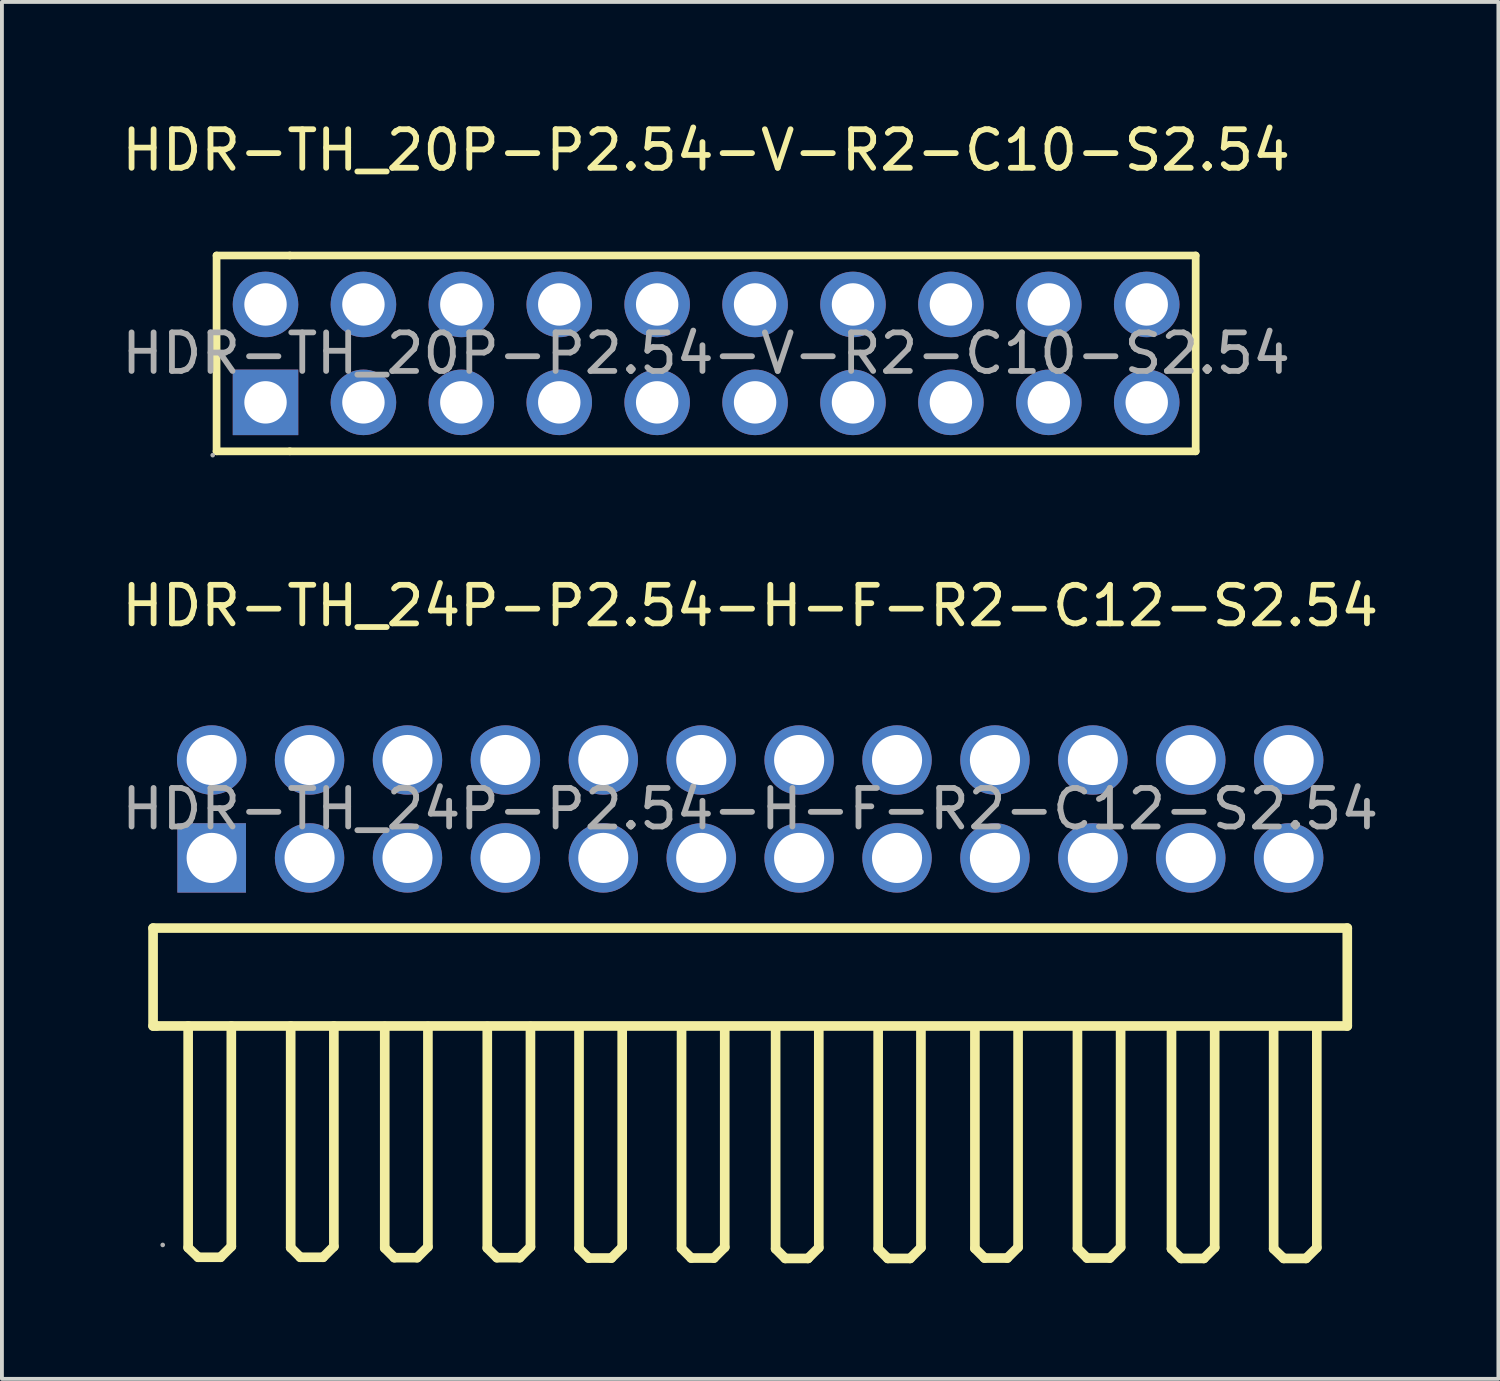
<source format=kicad_pcb>
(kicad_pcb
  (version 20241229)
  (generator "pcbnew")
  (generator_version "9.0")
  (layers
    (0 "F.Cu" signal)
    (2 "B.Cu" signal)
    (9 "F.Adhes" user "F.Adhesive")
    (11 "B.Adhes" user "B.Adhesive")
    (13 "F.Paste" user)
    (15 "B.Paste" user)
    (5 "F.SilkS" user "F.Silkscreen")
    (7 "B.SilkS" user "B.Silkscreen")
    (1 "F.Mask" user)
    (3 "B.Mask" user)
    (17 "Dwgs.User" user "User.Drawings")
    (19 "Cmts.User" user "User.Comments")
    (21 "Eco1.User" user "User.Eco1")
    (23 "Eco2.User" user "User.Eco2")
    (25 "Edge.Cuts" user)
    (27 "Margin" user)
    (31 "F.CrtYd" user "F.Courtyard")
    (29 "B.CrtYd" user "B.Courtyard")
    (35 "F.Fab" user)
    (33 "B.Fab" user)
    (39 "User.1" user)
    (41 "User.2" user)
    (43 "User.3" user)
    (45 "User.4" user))
  (footprint "HDR-TH_20P-P2.54-V-R2-C10-S2.54"
    (layer "F.Cu")
    (at 15.268 6.118)
    (property "Reference" "HDR-TH_20P-P2.54-V-R2-C10-S2.54" (at 0 -5.27 0) (layer "F.SilkS") (effects (font (size 1 1) (thickness 0.15))))
    (attr through_hole)
    (fp_line (start -12.7 -2.54) (end -10.8 -2.54) (stroke (width 0.2) (type solid)) (layer "F.SilkS"))
    (fp_line (start -12.7 2.54) (end -12.7 -2.54) (stroke (width 0.2) (type solid)) (layer "F.SilkS"))
    (fp_line (start -10.8 -2.54) (end 12.7 -2.54) (stroke (width 0.2) (type solid)) (layer "F.SilkS"))
    (fp_line (start -10.8 2.54) (end -12.7 2.54) (stroke (width 0.2) (type solid)) (layer "F.SilkS"))
    (fp_line (start 12.7 -2.54) (end 12.7 2.54) (stroke (width 0.2) (type solid)) (layer "F.SilkS"))
    (fp_line (start 12.7 2.54) (end -10.8 2.54) (stroke (width 0.2) (type solid)) (layer "F.SilkS"))
    (fp_circle (center -12.8 2.64) (end -12.77 2.64) (stroke (width 0.06) (type solid)) (fill no) (layer "F.Fab"))
    (fp_circle (center -11.43 -1.27) (end -11.2 -1.27) (stroke (width 0.45) (type solid)) (fill no) (layer "F.Fab"))
    (fp_circle (center -11.43 1.27) (end -11.2 1.27) (stroke (width 0.45) (type solid)) (fill no) (layer "F.Fab"))
    (fp_circle (center -8.89 -1.27) (end -8.66 -1.27) (stroke (width 0.45) (type solid)) (fill no) (layer "F.Fab"))
    (fp_circle (center -8.89 1.27) (end -8.66 1.27) (stroke (width 0.45) (type solid)) (fill no) (layer "F.Fab"))
    (fp_circle (center -6.35 -1.27) (end -6.12 -1.27) (stroke (width 0.45) (type solid)) (fill no) (layer "F.Fab"))
    (fp_circle (center -6.35 1.27) (end -6.12 1.27) (stroke (width 0.45) (type solid)) (fill no) (layer "F.Fab"))
    (fp_circle (center -3.81 -1.27) (end -3.58 -1.27) (stroke (width 0.45) (type solid)) (fill no) (layer "F.Fab"))
    (fp_circle (center -3.81 1.27) (end -3.58 1.27) (stroke (width 0.45) (type solid)) (fill no) (layer "F.Fab"))
    (fp_circle (center -1.27 -1.27) (end -1.04 -1.27) (stroke (width 0.45) (type solid)) (fill no) (layer "F.Fab"))
    (fp_circle (center -1.27 1.27) (end -1.04 1.27) (stroke (width 0.45) (type solid)) (fill no) (layer "F.Fab"))
    (fp_circle (center 1.27 -1.27) (end 1.5 -1.27) (stroke (width 0.45) (type solid)) (fill no) (layer "F.Fab"))
    (fp_circle (center 1.27 1.27) (end 1.5 1.27) (stroke (width 0.45) (type solid)) (fill no) (layer "F.Fab"))
    (fp_circle (center 3.81 -1.27) (end 4.04 -1.27) (stroke (width 0.45) (type solid)) (fill no) (layer "F.Fab"))
    (fp_circle (center 3.81 1.27) (end 4.04 1.27) (stroke (width 0.45) (type solid)) (fill no) (layer "F.Fab"))
    (fp_circle (center 6.35 -1.27) (end 6.58 -1.27) (stroke (width 0.45) (type solid)) (fill no) (layer "F.Fab"))
    (fp_circle (center 6.35 1.27) (end 6.58 1.27) (stroke (width 0.45) (type solid)) (fill no) (layer "F.Fab"))
    (fp_circle (center 8.89 -1.27) (end 9.12 -1.27) (stroke (width 0.45) (type solid)) (fill no) (layer "F.Fab"))
    (fp_circle (center 8.89 1.27) (end 9.12 1.27) (stroke (width 0.45) (type solid)) (fill no) (layer "F.Fab"))
    (fp_circle (center 11.43 -1.27) (end 11.66 -1.27) (stroke (width 0.45) (type solid)) (fill no) (layer "F.Fab"))
    (fp_circle (center 11.43 1.27) (end 11.66 1.27) (stroke (width 0.45) (type solid)) (fill no) (layer "F.Fab"))
    (fp_text user "${REFERENCE}" (at 0 0 0) (layer "F.Fab") (effects (font (size 1 1) (thickness 0.15))))
    (pad "1" thru_hole rect (at -11.43 1.27) (size 1.7 1.7) (drill 1.1) (layers "*.Cu" "*.Paste" "*.Mask"))
    (pad "2" thru_hole circle (at -11.43 -1.27) (size 1.7 1.7) (drill 1.1) (layers "*.Cu" "*.Paste" "*.Mask"))
    (pad "3" thru_hole circle (at -8.89 1.27) (size 1.7 1.7) (drill 1.1) (layers "*.Cu" "*.Paste" "*.Mask"))
    (pad "4" thru_hole circle (at -8.89 -1.27) (size 1.7 1.7) (drill 1.1) (layers "*.Cu" "*.Paste" "*.Mask"))
    (pad "5" thru_hole circle (at -6.35 1.27) (size 1.7 1.7) (drill 1.1) (layers "*.Cu" "*.Paste" "*.Mask"))
    (pad "6" thru_hole circle (at -6.35 -1.27) (size 1.7 1.7) (drill 1.1) (layers "*.Cu" "*.Paste" "*.Mask"))
    (pad "7" thru_hole circle (at -3.81 1.27) (size 1.7 1.7) (drill 1.1) (layers "*.Cu" "*.Paste" "*.Mask"))
    (pad "8" thru_hole circle (at -3.81 -1.27) (size 1.7 1.7) (drill 1.1) (layers "*.Cu" "*.Paste" "*.Mask"))
    (pad "9" thru_hole circle (at -1.27 1.27) (size 1.7 1.7) (drill 1.1) (layers "*.Cu" "*.Paste" "*.Mask"))
    (pad "10" thru_hole circle (at -1.27 -1.27) (size 1.7 1.7) (drill 1.1) (layers "*.Cu" "*.Paste" "*.Mask"))
    (pad "11" thru_hole circle (at 1.27 1.27) (size 1.7 1.7) (drill 1.1) (layers "*.Cu" "*.Paste" "*.Mask"))
    (pad "12" thru_hole circle (at 1.27 -1.27) (size 1.7 1.7) (drill 1.1) (layers "*.Cu" "*.Paste" "*.Mask"))
    (pad "13" thru_hole circle (at 3.81 1.27) (size 1.7 1.7) (drill 1.1) (layers "*.Cu" "*.Paste" "*.Mask"))
    (pad "14" thru_hole circle (at 3.81 -1.27) (size 1.7 1.7) (drill 1.1) (layers "*.Cu" "*.Paste" "*.Mask"))
    (pad "15" thru_hole circle (at 6.35 1.27) (size 1.7 1.7) (drill 1.1) (layers "*.Cu" "*.Paste" "*.Mask"))
    (pad "16" thru_hole circle (at 6.35 -1.27) (size 1.7 1.7) (drill 1.1) (layers "*.Cu" "*.Paste" "*.Mask"))
    (pad "17" thru_hole circle (at 8.89 1.27) (size 1.7 1.7) (drill 1.1) (layers "*.Cu" "*.Paste" "*.Mask"))
    (pad "18" thru_hole circle (at 8.89 -1.27) (size 1.7 1.7) (drill 1.1) (layers "*.Cu" "*.Paste" "*.Mask"))
    (pad "19" thru_hole circle (at 11.43 1.27) (size 1.7 1.7) (drill 1.1) (layers "*.Cu" "*.Paste" "*.Mask"))
    (pad "20" thru_hole circle (at 11.43 -1.27) (size 1.7 1.7) (drill 1.1) (layers "*.Cu" "*.Paste" "*.Mask")))
  (footprint "HDR-TH_24P-P2.54-H-F-R2-C12-S2.54"
    (layer "F.Cu")
    (at 16.411 17.936)
    (property "Reference" "HDR-TH_24P-P2.54-H-F-R2-C12-S2.54" (at 0 -5.27 0) (layer "F.SilkS") (effects (font (size 1 1) (thickness 0.15))))
    (attr through_hole)
    (fp_line (start -15.49 3.09) (end 15.49 3.09) (stroke (width 0.25) (type solid)) (layer "F.SilkS"))
    (fp_line (start -15.49 5.63) (end -15.49 3.09) (stroke (width 0.25) (type solid)) (layer "F.SilkS"))
    (fp_line (start -15.4 5.63) (end -15.49 5.63) (stroke (width 0.25) (type solid)) (layer "F.SilkS"))
    (fp_line (start -14.58 5.63) (end -14.58 11.38) (stroke (width 0.25) (type solid)) (layer "F.SilkS"))
    (fp_line (start -14.58 11.38) (end -14.32 11.63) (stroke (width 0.25) (type solid)) (layer "F.SilkS"))
    (fp_line (start -14.32 11.63) (end -13.74 11.63) (stroke (width 0.25) (type solid)) (layer "F.SilkS"))
    (fp_line (start -13.46 5.63) (end -13.46 11.35) (stroke (width 0.25) (type solid)) (layer "F.SilkS"))
    (fp_line (start -13.46 11.35) (end -13.74 11.63) (stroke (width 0.25) (type solid)) (layer "F.SilkS"))
    (fp_line (start -11.92 5.63) (end -11.92 11.38) (stroke (width 0.25) (type solid)) (layer "F.SilkS"))
    (fp_line (start -11.92 11.38) (end -11.67 11.63) (stroke (width 0.25) (type solid)) (layer "F.SilkS"))
    (fp_line (start -11.67 11.63) (end -11.08 11.63) (stroke (width 0.25) (type solid)) (layer "F.SilkS"))
    (fp_line (start -10.8 5.63) (end -10.8 11.35) (stroke (width 0.25) (type solid)) (layer "F.SilkS"))
    (fp_line (start -10.8 11.35) (end -11.08 11.63) (stroke (width 0.25) (type solid)) (layer "F.SilkS"))
    (fp_line (start -9.48 5.64) (end -9.48 11.39) (stroke (width 0.25) (type solid)) (layer "F.SilkS"))
    (fp_line (start -9.48 11.39) (end -9.23 11.64) (stroke (width 0.25) (type solid)) (layer "F.SilkS"))
    (fp_line (start -9.23 11.64) (end -8.64 11.64) (stroke (width 0.25) (type solid)) (layer "F.SilkS"))
    (fp_line (start -8.36 5.64) (end -8.36 11.36) (stroke (width 0.25) (type solid)) (layer "F.SilkS"))
    (fp_line (start -8.36 11.36) (end -8.64 11.64) (stroke (width 0.25) (type solid)) (layer "F.SilkS"))
    (fp_line (start -6.82 5.64) (end -6.82 11.39) (stroke (width 0.25) (type solid)) (layer "F.SilkS"))
    (fp_line (start -6.82 11.39) (end -6.57 11.64) (stroke (width 0.25) (type solid)) (layer "F.SilkS"))
    (fp_line (start -6.57 11.64) (end -5.98 11.64) (stroke (width 0.25) (type solid)) (layer "F.SilkS"))
    (fp_line (start -5.7 5.64) (end -5.7 11.36) (stroke (width 0.25) (type solid)) (layer "F.SilkS"))
    (fp_line (start -5.7 11.36) (end -5.98 11.64) (stroke (width 0.25) (type solid)) (layer "F.SilkS"))
    (fp_line (start -4.44 5.65) (end -4.44 11.4) (stroke (width 0.25) (type solid)) (layer "F.SilkS"))
    (fp_line (start -4.44 11.4) (end -4.19 11.65) (stroke (width 0.25) (type solid)) (layer "F.SilkS"))
    (fp_line (start -4.19 11.65) (end -3.6 11.65) (stroke (width 0.25) (type solid)) (layer "F.SilkS"))
    (fp_line (start -3.32 5.65) (end -3.32 11.37) (stroke (width 0.25) (type solid)) (layer "F.SilkS"))
    (fp_line (start -3.32 11.37) (end -3.6 11.65) (stroke (width 0.25) (type solid)) (layer "F.SilkS"))
    (fp_line (start -1.78 5.65) (end -1.78 11.4) (stroke (width 0.25) (type solid)) (layer "F.SilkS"))
    (fp_line (start -1.78 11.4) (end -1.53 11.65) (stroke (width 0.25) (type solid)) (layer "F.SilkS"))
    (fp_line (start -1.53 11.65) (end -0.94 11.65) (stroke (width 0.25) (type solid)) (layer "F.SilkS"))
    (fp_line (start -0.66 5.65) (end -0.66 11.37) (stroke (width 0.25) (type solid)) (layer "F.SilkS"))
    (fp_line (start -0.66 11.37) (end -0.94 11.65) (stroke (width 0.25) (type solid)) (layer "F.SilkS"))
    (fp_line (start 0.66 5.66) (end 0.66 11.41) (stroke (width 0.25) (type solid)) (layer "F.SilkS"))
    (fp_line (start 0.66 11.41) (end 0.91 11.66) (stroke (width 0.25) (type solid)) (layer "F.SilkS"))
    (fp_line (start 0.91 11.66) (end 1.5 11.66) (stroke (width 0.25) (type solid)) (layer "F.SilkS"))
    (fp_line (start 1.78 5.66) (end 1.78 11.38) (stroke (width 0.25) (type solid)) (layer "F.SilkS"))
    (fp_line (start 1.78 11.38) (end 1.5 11.66) (stroke (width 0.25) (type solid)) (layer "F.SilkS"))
    (fp_line (start 3.32 5.66) (end 3.32 11.41) (stroke (width 0.25) (type solid)) (layer "F.SilkS"))
    (fp_line (start 3.32 11.41) (end 3.57 11.66) (stroke (width 0.25) (type solid)) (layer "F.SilkS"))
    (fp_line (start 3.57 11.66) (end 4.15 11.66) (stroke (width 0.25) (type solid)) (layer "F.SilkS"))
    (fp_line (start 4.43 5.66) (end 4.43 11.38) (stroke (width 0.25) (type solid)) (layer "F.SilkS"))
    (fp_line (start 4.43 11.38) (end 4.15 11.66) (stroke (width 0.25) (type solid)) (layer "F.SilkS"))
    (fp_line (start 5.83 5.65) (end 5.83 11.4) (stroke (width 0.25) (type solid)) (layer "F.SilkS"))
    (fp_line (start 5.83 11.4) (end 6.08 11.65) (stroke (width 0.25) (type solid)) (layer "F.SilkS"))
    (fp_line (start 6.08 11.65) (end 6.67 11.65) (stroke (width 0.25) (type solid)) (layer "F.SilkS"))
    (fp_line (start 6.95 5.65) (end 6.95 11.37) (stroke (width 0.25) (type solid)) (layer "F.SilkS"))
    (fp_line (start 6.95 11.37) (end 6.67 11.65) (stroke (width 0.25) (type solid)) (layer "F.SilkS"))
    (fp_line (start 8.49 5.65) (end 8.49 11.4) (stroke (width 0.25) (type solid)) (layer "F.SilkS"))
    (fp_line (start 8.49 11.4) (end 8.74 11.65) (stroke (width 0.25) (type solid)) (layer "F.SilkS"))
    (fp_line (start 8.74 11.65) (end 9.33 11.65) (stroke (width 0.25) (type solid)) (layer "F.SilkS"))
    (fp_line (start 9.61 5.65) (end 9.61 11.37) (stroke (width 0.25) (type solid)) (layer "F.SilkS"))
    (fp_line (start 9.61 11.37) (end 9.33 11.65) (stroke (width 0.25) (type solid)) (layer "F.SilkS"))
    (fp_line (start 10.93 5.66) (end 10.93 11.41) (stroke (width 0.25) (type solid)) (layer "F.SilkS"))
    (fp_line (start 10.93 11.41) (end 11.18 11.66) (stroke (width 0.25) (type solid)) (layer "F.SilkS"))
    (fp_line (start 11.18 11.66) (end 11.77 11.66) (stroke (width 0.25) (type solid)) (layer "F.SilkS"))
    (fp_line (start 12.05 5.66) (end 12.05 11.38) (stroke (width 0.25) (type solid)) (layer "F.SilkS"))
    (fp_line (start 12.05 11.38) (end 11.77 11.66) (stroke (width 0.25) (type solid)) (layer "F.SilkS"))
    (fp_line (start 13.58 5.66) (end 13.58 11.41) (stroke (width 0.25) (type solid)) (layer "F.SilkS"))
    (fp_line (start 13.58 11.41) (end 13.84 11.66) (stroke (width 0.25) (type solid)) (layer "F.SilkS"))
    (fp_line (start 13.84 11.66) (end 14.42 11.66) (stroke (width 0.25) (type solid)) (layer "F.SilkS"))
    (fp_line (start 14.7 5.66) (end 14.7 11.38) (stroke (width 0.25) (type solid)) (layer "F.SilkS"))
    (fp_line (start 14.7 11.38) (end 14.42 11.66) (stroke (width 0.25) (type solid)) (layer "F.SilkS"))
    (fp_line (start 15.49 3.09) (end 15.49 5.63) (stroke (width 0.25) (type solid)) (layer "F.SilkS"))
    (fp_line (start 15.49 5.63) (end -15.4 5.63) (stroke (width 0.25) (type solid)) (layer "F.SilkS"))
    (fp_circle (center -15.24 11.31) (end -15.21 11.31) (stroke (width 0.06) (type solid)) (fill no) (layer "F.Fab"))
    (fp_text user "${REFERENCE}" (at 0 0 0) (layer "F.Fab") (effects (font (size 1 1) (thickness 0.15))))
    (pad "1" thru_hole rect (at -13.97 1.27 180) (size 1.78 1.8) (drill 1.3) (layers "*.Cu" "*.Paste" "*.Mask"))
    (pad "2" thru_hole circle (at -13.97 -1.27 180) (size 1.8 1.8) (drill 1.3) (layers "*.Cu" "*.Paste" "*.Mask"))
    (pad "3" thru_hole circle (at -11.43 1.27 180) (size 1.8 1.8) (drill 1.3) (layers "*.Cu" "*.Paste" "*.Mask"))
    (pad "4" thru_hole circle (at -11.43 -1.27 180) (size 1.8 1.8) (drill 1.3) (layers "*.Cu" "*.Paste" "*.Mask"))
    (pad "5" thru_hole circle (at -8.89 1.27 180) (size 1.8 1.8) (drill 1.3) (layers "*.Cu" "*.Paste" "*.Mask"))
    (pad "6" thru_hole circle (at -8.89 -1.27 180) (size 1.8 1.8) (drill 1.3) (layers "*.Cu" "*.Paste" "*.Mask"))
    (pad "7" thru_hole circle (at -6.35 1.27 180) (size 1.8 1.8) (drill 1.3) (layers "*.Cu" "*.Paste" "*.Mask"))
    (pad "8" thru_hole circle (at -6.35 -1.27 180) (size 1.8 1.8) (drill 1.3) (layers "*.Cu" "*.Paste" "*.Mask"))
    (pad "9" thru_hole circle (at -3.81 1.27 180) (size 1.8 1.8) (drill 1.3) (layers "*.Cu" "*.Paste" "*.Mask"))
    (pad "10" thru_hole circle (at -3.81 -1.27 180) (size 1.8 1.8) (drill 1.3) (layers "*.Cu" "*.Paste" "*.Mask"))
    (pad "11" thru_hole circle (at -1.27 1.27 180) (size 1.8 1.8) (drill 1.3) (layers "*.Cu" "*.Paste" "*.Mask"))
    (pad "12" thru_hole circle (at -1.27 -1.27 180) (size 1.8 1.8) (drill 1.3) (layers "*.Cu" "*.Paste" "*.Mask"))
    (pad "13" thru_hole circle (at 1.27 1.27 180) (size 1.8 1.8) (drill 1.3) (layers "*.Cu" "*.Paste" "*.Mask"))
    (pad "14" thru_hole circle (at 1.27 -1.27 180) (size 1.8 1.8) (drill 1.3) (layers "*.Cu" "*.Paste" "*.Mask"))
    (pad "15" thru_hole circle (at 3.81 1.27 180) (size 1.8 1.8) (drill 1.3) (layers "*.Cu" "*.Paste" "*.Mask"))
    (pad "16" thru_hole circle (at 3.81 -1.27 180) (size 1.8 1.8) (drill 1.3) (layers "*.Cu" "*.Paste" "*.Mask"))
    (pad "17" thru_hole circle (at 6.35 1.27 180) (size 1.8 1.8) (drill 1.3) (layers "*.Cu" "*.Paste" "*.Mask"))
    (pad "18" thru_hole circle (at 6.35 -1.27 180) (size 1.8 1.8) (drill 1.3) (layers "*.Cu" "*.Paste" "*.Mask"))
    (pad "19" thru_hole circle (at 8.89 1.27 180) (size 1.8 1.8) (drill 1.3) (layers "*.Cu" "*.Paste" "*.Mask"))
    (pad "20" thru_hole circle (at 8.89 -1.27 180) (size 1.8 1.8) (drill 1.3) (layers "*.Cu" "*.Paste" "*.Mask"))
    (pad "21" thru_hole circle (at 11.43 1.27 180) (size 1.8 1.8) (drill 1.3) (layers "*.Cu" "*.Paste" "*.Mask"))
    (pad "22" thru_hole circle (at 11.43 -1.27 180) (size 1.8 1.8) (drill 1.3) (layers "*.Cu" "*.Paste" "*.Mask"))
    (pad "23" thru_hole circle (at 13.97 1.27 180) (size 1.8 1.8) (drill 1.3) (layers "*.Cu" "*.Paste" "*.Mask"))
    (pad "24" thru_hole circle (at 13.97 -1.27 180) (size 1.8 1.8) (drill 1.3) (layers "*.Cu" "*.Paste" "*.Mask")))
  (gr_rect
    (start -3 -3)
    (end 35.821 32.721)
    (stroke (width 0.1) (type default))
    (fill no)
    (layer "Edge.Cuts")))
</source>
